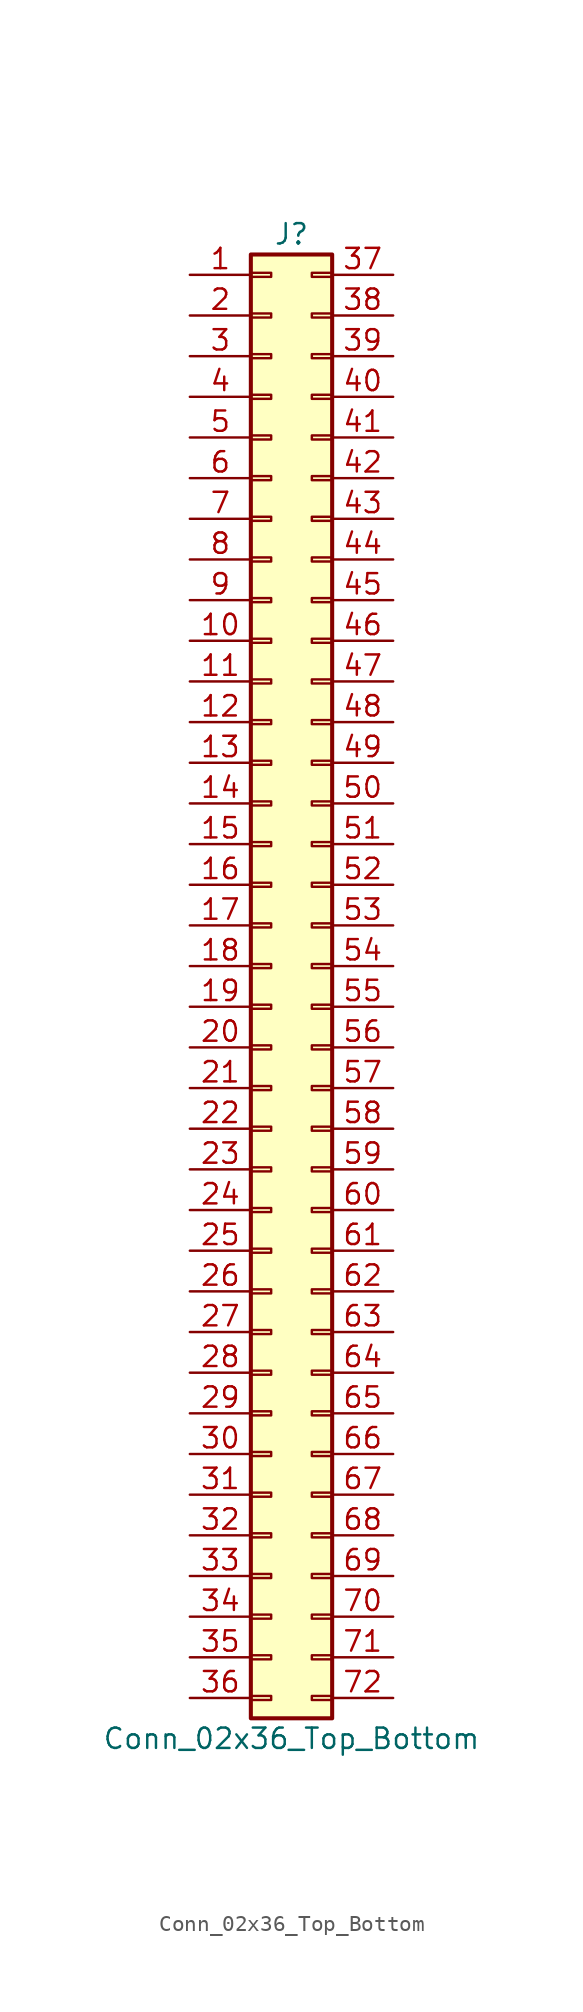
<source format=kicad_sym>
(kicad_symbol_lib
  (version 20201005)
  (generator kicad_symbol_editor)
  (symbol "Conn_02x36_Top_Bottom"
    (pin_names
      (offset 1.016) hide)
    (property "Reference" "J"
      (at 1.27 45.72 0)
      (effects (font (size 1.27 1.27))))
    (property "Value" "Conn_02x36_Top_Bottom"
      (at 1.27 -48.26 0)
      (effects (font (size 1.27 1.27))))
    (symbol "Conn_02x36_Top_Bottom_1_1"
      (rectangle (start -1.27 -45.593) (end 0 -45.847) (stroke (width 0.152)) (fill (type none)))
      (rectangle (start -1.27 -43.053) (end 0 -43.307) (stroke (width 0.152)) (fill (type none)))
      (rectangle (start -1.27 -40.513) (end 0 -40.767) (stroke (width 0.152)) (fill (type none)))
      (rectangle (start -1.27 -37.973) (end 0 -38.227) (stroke (width 0.152)) (fill (type none)))
      (rectangle (start -1.27 -35.433) (end 0 -35.687) (stroke (width 0.152)) (fill (type none)))
      (rectangle (start -1.27 -32.893) (end 0 -33.147) (stroke (width 0.152)) (fill (type none)))
      (rectangle (start -1.27 -30.353) (end 0 -30.607) (stroke (width 0.152)) (fill (type none)))
      (rectangle (start -1.27 -27.813) (end 0 -28.067) (stroke (width 0.152)) (fill (type none)))
      (rectangle (start -1.27 -25.273) (end 0 -25.527) (stroke (width 0.152)) (fill (type none)))
      (rectangle (start -1.27 -22.733) (end 0 -22.987) (stroke (width 0.152)) (fill (type none)))
      (rectangle (start -1.27 -20.193) (end 0 -20.447) (stroke (width 0.152)) (fill (type none)))
      (rectangle (start -1.27 -17.653) (end 0 -17.907) (stroke (width 0.152)) (fill (type none)))
      (rectangle (start -1.27 -15.113) (end 0 -15.367) (stroke (width 0.152)) (fill (type none)))
      (rectangle (start -1.27 -12.573) (end 0 -12.827) (stroke (width 0.152)) (fill (type none)))
      (rectangle (start -1.27 -10.033) (end 0 -10.287) (stroke (width 0.152)) (fill (type none)))
      (rectangle (start -1.27 -7.493) (end 0 -7.747) (stroke (width 0.152)) (fill (type none)))
      (rectangle (start -1.27 -4.953) (end 0 -5.207) (stroke (width 0.152)) (fill (type none)))
      (rectangle (start -1.27 -2.413) (end 0 -2.667) (stroke (width 0.152)) (fill (type none)))
      (rectangle (start -1.27 0.127) (end 0 -0.127) (stroke (width 0.152)) (fill (type none)))
      (rectangle (start -1.27 2.667) (end 0 2.413) (stroke (width 0.152)) (fill (type none)))
      (rectangle (start -1.27 5.207) (end 0 4.953) (stroke (width 0.152)) (fill (type none)))
      (rectangle (start -1.27 7.747) (end 0 7.493) (stroke (width 0.152)) (fill (type none)))
      (rectangle (start -1.27 10.287) (end 0 10.033) (stroke (width 0.152)) (fill (type none)))
      (rectangle (start -1.27 12.827) (end 0 12.573) (stroke (width 0.152)) (fill (type none)))
      (rectangle (start -1.27 15.367) (end 0 15.113) (stroke (width 0.152)) (fill (type none)))
      (rectangle (start -1.27 17.907) (end 0 17.653) (stroke (width 0.152)) (fill (type none)))
      (rectangle (start -1.27 20.447) (end 0 20.193) (stroke (width 0.152)) (fill (type none)))
      (rectangle (start -1.27 22.987) (end 0 22.733) (stroke (width 0.152)) (fill (type none)))
      (rectangle (start -1.27 25.527) (end 0 25.273) (stroke (width 0.152)) (fill (type none)))
      (rectangle (start -1.27 28.067) (end 0 27.813) (stroke (width 0.152)) (fill (type none)))
      (rectangle (start -1.27 30.607) (end 0 30.353) (stroke (width 0.152)) (fill (type none)))
      (rectangle (start -1.27 33.147) (end 0 32.893) (stroke (width 0.152)) (fill (type none)))
      (rectangle (start -1.27 35.687) (end 0 35.433) (stroke (width 0.152)) (fill (type none)))
      (rectangle (start -1.27 38.227) (end 0 37.973) (stroke (width 0.152)) (fill (type none)))
      (rectangle (start -1.27 40.767) (end 0 40.513) (stroke (width 0.152)) (fill (type none)))
      (rectangle (start -1.27 43.307) (end 0 43.053) (stroke (width 0.152)) (fill (type none)))
      (rectangle (start -1.27 44.45) (end 3.81 -46.99) (stroke (width 0.254)) (fill (type background)))
      (rectangle (start 3.81 -45.593) (end 2.54 -45.847) (stroke (width 0.152)) (fill (type none)))
      (rectangle (start 3.81 -43.053) (end 2.54 -43.307) (stroke (width 0.152)) (fill (type none)))
      (rectangle (start 3.81 -40.513) (end 2.54 -40.767) (stroke (width 0.152)) (fill (type none)))
      (rectangle (start 3.81 -37.973) (end 2.54 -38.227) (stroke (width 0.152)) (fill (type none)))
      (rectangle (start 3.81 -35.433) (end 2.54 -35.687) (stroke (width 0.152)) (fill (type none)))
      (rectangle (start 3.81 -32.893) (end 2.54 -33.147) (stroke (width 0.152)) (fill (type none)))
      (rectangle (start 3.81 -30.353) (end 2.54 -30.607) (stroke (width 0.152)) (fill (type none)))
      (rectangle (start 3.81 -27.813) (end 2.54 -28.067) (stroke (width 0.152)) (fill (type none)))
      (rectangle (start 3.81 -25.273) (end 2.54 -25.527) (stroke (width 0.152)) (fill (type none)))
      (rectangle (start 3.81 -22.733) (end 2.54 -22.987) (stroke (width 0.152)) (fill (type none)))
      (rectangle (start 3.81 -20.193) (end 2.54 -20.447) (stroke (width 0.152)) (fill (type none)))
      (rectangle (start 3.81 -17.653) (end 2.54 -17.907) (stroke (width 0.152)) (fill (type none)))
      (rectangle (start 3.81 -15.113) (end 2.54 -15.367) (stroke (width 0.152)) (fill (type none)))
      (rectangle (start 3.81 -12.573) (end 2.54 -12.827) (stroke (width 0.152)) (fill (type none)))
      (rectangle (start 3.81 -10.033) (end 2.54 -10.287) (stroke (width 0.152)) (fill (type none)))
      (rectangle (start 3.81 -7.493) (end 2.54 -7.747) (stroke (width 0.152)) (fill (type none)))
      (rectangle (start 3.81 -4.953) (end 2.54 -5.207) (stroke (width 0.152)) (fill (type none)))
      (rectangle (start 3.81 -2.413) (end 2.54 -2.667) (stroke (width 0.152)) (fill (type none)))
      (rectangle (start 3.81 0.127) (end 2.54 -0.127) (stroke (width 0.152)) (fill (type none)))
      (rectangle (start 3.81 2.667) (end 2.54 2.413) (stroke (width 0.152)) (fill (type none)))
      (rectangle (start 3.81 5.207) (end 2.54 4.953) (stroke (width 0.152)) (fill (type none)))
      (rectangle (start 3.81 7.747) (end 2.54 7.493) (stroke (width 0.152)) (fill (type none)))
      (rectangle (start 3.81 10.287) (end 2.54 10.033) (stroke (width 0.152)) (fill (type none)))
      (rectangle (start 3.81 12.827) (end 2.54 12.573) (stroke (width 0.152)) (fill (type none)))
      (rectangle (start 3.81 15.367) (end 2.54 15.113) (stroke (width 0.152)) (fill (type none)))
      (rectangle (start 3.81 17.907) (end 2.54 17.653) (stroke (width 0.152)) (fill (type none)))
      (rectangle (start 3.81 20.447) (end 2.54 20.193) (stroke (width 0.152)) (fill (type none)))
      (rectangle (start 3.81 22.987) (end 2.54 22.733) (stroke (width 0.152)) (fill (type none)))
      (rectangle (start 3.81 25.527) (end 2.54 25.273) (stroke (width 0.152)) (fill (type none)))
      (rectangle (start 3.81 28.067) (end 2.54 27.813) (stroke (width 0.152)) (fill (type none)))
      (rectangle (start 3.81 30.607) (end 2.54 30.353) (stroke (width 0.152)) (fill (type none)))
      (rectangle (start 3.81 33.147) (end 2.54 32.893) (stroke (width 0.152)) (fill (type none)))
      (rectangle (start 3.81 35.687) (end 2.54 35.433) (stroke (width 0.152)) (fill (type none)))
      (rectangle (start 3.81 38.227) (end 2.54 37.973) (stroke (width 0.152)) (fill (type none)))
      (rectangle (start 3.81 40.767) (end 2.54 40.513) (stroke (width 0.152)) (fill (type none)))
      (rectangle (start 3.81 43.307) (end 2.54 43.053) (stroke (width 0.152)) (fill (type none)))
      (pin passive line (at -5.08 43.18 0) (length 3.81) (name "Pin_1" (effects (font (size 1.27 1.27)))) (number "1" (effects (font (size 1.27 1.27)))))
      (pin passive line (at -5.08 20.32 0) (length 3.81) (name "Pin_10" (effects (font (size 1.27 1.27)))) (number "10" (effects (font (size 1.27 1.27)))))
      (pin passive line (at -5.08 17.78 0) (length 3.81) (name "Pin_11" (effects (font (size 1.27 1.27)))) (number "11" (effects (font (size 1.27 1.27)))))
      (pin passive line (at -5.08 15.24 0) (length 3.81) (name "Pin_12" (effects (font (size 1.27 1.27)))) (number "12" (effects (font (size 1.27 1.27)))))
      (pin passive line (at -5.08 12.7 0) (length 3.81) (name "Pin_13" (effects (font (size 1.27 1.27)))) (number "13" (effects (font (size 1.27 1.27)))))
      (pin passive line (at -5.08 10.16 0) (length 3.81) (name "Pin_14" (effects (font (size 1.27 1.27)))) (number "14" (effects (font (size 1.27 1.27)))))
      (pin passive line (at -5.08 7.62 0) (length 3.81) (name "Pin_15" (effects (font (size 1.27 1.27)))) (number "15" (effects (font (size 1.27 1.27)))))
      (pin passive line (at -5.08 5.08 0) (length 3.81) (name "Pin_16" (effects (font (size 1.27 1.27)))) (number "16" (effects (font (size 1.27 1.27)))))
      (pin passive line (at -5.08 2.54 0) (length 3.81) (name "Pin_17" (effects (font (size 1.27 1.27)))) (number "17" (effects (font (size 1.27 1.27)))))
      (pin passive line (at -5.08 0 0) (length 3.81) (name "Pin_18" (effects (font (size 1.27 1.27)))) (number "18" (effects (font (size 1.27 1.27)))))
      (pin passive line (at -5.08 -2.54 0) (length 3.81) (name "Pin_19" (effects (font (size 1.27 1.27)))) (number "19" (effects (font (size 1.27 1.27)))))
      (pin passive line (at -5.08 40.64 0) (length 3.81) (name "Pin_2" (effects (font (size 1.27 1.27)))) (number "2" (effects (font (size 1.27 1.27)))))
      (pin passive line (at -5.08 -5.08 0) (length 3.81) (name "Pin_20" (effects (font (size 1.27 1.27)))) (number "20" (effects (font (size 1.27 1.27)))))
      (pin passive line (at -5.08 -7.62 0) (length 3.81) (name "Pin_21" (effects (font (size 1.27 1.27)))) (number "21" (effects (font (size 1.27 1.27)))))
      (pin passive line (at -5.08 -10.16 0) (length 3.81) (name "Pin_22" (effects (font (size 1.27 1.27)))) (number "22" (effects (font (size 1.27 1.27)))))
      (pin passive line (at -5.08 -12.7 0) (length 3.81) (name "Pin_23" (effects (font (size 1.27 1.27)))) (number "23" (effects (font (size 1.27 1.27)))))
      (pin passive line (at -5.08 -15.24 0) (length 3.81) (name "Pin_24" (effects (font (size 1.27 1.27)))) (number "24" (effects (font (size 1.27 1.27)))))
      (pin passive line (at -5.08 -17.78 0) (length 3.81) (name "Pin_25" (effects (font (size 1.27 1.27)))) (number "25" (effects (font (size 1.27 1.27)))))
      (pin passive line (at -5.08 -20.32 0) (length 3.81) (name "Pin_26" (effects (font (size 1.27 1.27)))) (number "26" (effects (font (size 1.27 1.27)))))
      (pin passive line (at -5.08 -22.86 0) (length 3.81) (name "Pin_27" (effects (font (size 1.27 1.27)))) (number "27" (effects (font (size 1.27 1.27)))))
      (pin passive line (at -5.08 -25.4 0) (length 3.81) (name "Pin_28" (effects (font (size 1.27 1.27)))) (number "28" (effects (font (size 1.27 1.27)))))
      (pin passive line (at -5.08 -27.94 0) (length 3.81) (name "Pin_29" (effects (font (size 1.27 1.27)))) (number "29" (effects (font (size 1.27 1.27)))))
      (pin passive line (at -5.08 38.1 0) (length 3.81) (name "Pin_3" (effects (font (size 1.27 1.27)))) (number "3" (effects (font (size 1.27 1.27)))))
      (pin passive line (at -5.08 -30.48 0) (length 3.81) (name "Pin_30" (effects (font (size 1.27 1.27)))) (number "30" (effects (font (size 1.27 1.27)))))
      (pin passive line (at -5.08 -33.02 0) (length 3.81) (name "Pin_31" (effects (font (size 1.27 1.27)))) (number "31" (effects (font (size 1.27 1.27)))))
      (pin passive line (at -5.08 -35.56 0) (length 3.81) (name "Pin_32" (effects (font (size 1.27 1.27)))) (number "32" (effects (font (size 1.27 1.27)))))
      (pin passive line (at -5.08 -38.1 0) (length 3.81) (name "Pin_33" (effects (font (size 1.27 1.27)))) (number "33" (effects (font (size 1.27 1.27)))))
      (pin passive line (at -5.08 -40.64 0) (length 3.81) (name "Pin_34" (effects (font (size 1.27 1.27)))) (number "34" (effects (font (size 1.27 1.27)))))
      (pin passive line (at -5.08 -43.18 0) (length 3.81) (name "Pin_35" (effects (font (size 1.27 1.27)))) (number "35" (effects (font (size 1.27 1.27)))))
      (pin passive line (at -5.08 -45.72 0) (length 3.81) (name "Pin_36" (effects (font (size 1.27 1.27)))) (number "36" (effects (font (size 1.27 1.27)))))
      (pin passive line (at 7.62 43.18 180) (length 3.81) (name "Pin_37" (effects (font (size 1.27 1.27)))) (number "37" (effects (font (size 1.27 1.27)))))
      (pin passive line (at 7.62 40.64 180) (length 3.81) (name "Pin_38" (effects (font (size 1.27 1.27)))) (number "38" (effects (font (size 1.27 1.27)))))
      (pin passive line (at 7.62 38.1 180) (length 3.81) (name "Pin_39" (effects (font (size 1.27 1.27)))) (number "39" (effects (font (size 1.27 1.27)))))
      (pin passive line (at -5.08 35.56 0) (length 3.81) (name "Pin_4" (effects (font (size 1.27 1.27)))) (number "4" (effects (font (size 1.27 1.27)))))
      (pin passive line (at 7.62 35.56 180) (length 3.81) (name "Pin_40" (effects (font (size 1.27 1.27)))) (number "40" (effects (font (size 1.27 1.27)))))
      (pin passive line (at 7.62 33.02 180) (length 3.81) (name "Pin_41" (effects (font (size 1.27 1.27)))) (number "41" (effects (font (size 1.27 1.27)))))
      (pin passive line (at 7.62 30.48 180) (length 3.81) (name "Pin_42" (effects (font (size 1.27 1.27)))) (number "42" (effects (font (size 1.27 1.27)))))
      (pin passive line (at 7.62 27.94 180) (length 3.81) (name "Pin_43" (effects (font (size 1.27 1.27)))) (number "43" (effects (font (size 1.27 1.27)))))
      (pin passive line (at 7.62 25.4 180) (length 3.81) (name "Pin_44" (effects (font (size 1.27 1.27)))) (number "44" (effects (font (size 1.27 1.27)))))
      (pin passive line (at 7.62 22.86 180) (length 3.81) (name "Pin_45" (effects (font (size 1.27 1.27)))) (number "45" (effects (font (size 1.27 1.27)))))
      (pin passive line (at 7.62 20.32 180) (length 3.81) (name "Pin_46" (effects (font (size 1.27 1.27)))) (number "46" (effects (font (size 1.27 1.27)))))
      (pin passive line (at 7.62 17.78 180) (length 3.81) (name "Pin_47" (effects (font (size 1.27 1.27)))) (number "47" (effects (font (size 1.27 1.27)))))
      (pin passive line (at 7.62 15.24 180) (length 3.81) (name "Pin_48" (effects (font (size 1.27 1.27)))) (number "48" (effects (font (size 1.27 1.27)))))
      (pin passive line (at 7.62 12.7 180) (length 3.81) (name "Pin_49" (effects (font (size 1.27 1.27)))) (number "49" (effects (font (size 1.27 1.27)))))
      (pin passive line (at -5.08 33.02 0) (length 3.81) (name "Pin_5" (effects (font (size 1.27 1.27)))) (number "5" (effects (font (size 1.27 1.27)))))
      (pin passive line (at 7.62 10.16 180) (length 3.81) (name "Pin_50" (effects (font (size 1.27 1.27)))) (number "50" (effects (font (size 1.27 1.27)))))
      (pin passive line (at 7.62 7.62 180) (length 3.81) (name "Pin_51" (effects (font (size 1.27 1.27)))) (number "51" (effects (font (size 1.27 1.27)))))
      (pin passive line (at 7.62 5.08 180) (length 3.81) (name "Pin_52" (effects (font (size 1.27 1.27)))) (number "52" (effects (font (size 1.27 1.27)))))
      (pin passive line (at 7.62 2.54 180) (length 3.81) (name "Pin_53" (effects (font (size 1.27 1.27)))) (number "53" (effects (font (size 1.27 1.27)))))
      (pin passive line (at 7.62 0 180) (length 3.81) (name "Pin_54" (effects (font (size 1.27 1.27)))) (number "54" (effects (font (size 1.27 1.27)))))
      (pin passive line (at 7.62 -2.54 180) (length 3.81) (name "Pin_55" (effects (font (size 1.27 1.27)))) (number "55" (effects (font (size 1.27 1.27)))))
      (pin passive line (at 7.62 -5.08 180) (length 3.81) (name "Pin_56" (effects (font (size 1.27 1.27)))) (number "56" (effects (font (size 1.27 1.27)))))
      (pin passive line (at 7.62 -7.62 180) (length 3.81) (name "Pin_57" (effects (font (size 1.27 1.27)))) (number "57" (effects (font (size 1.27 1.27)))))
      (pin passive line (at 7.62 -10.16 180) (length 3.81) (name "Pin_58" (effects (font (size 1.27 1.27)))) (number "58" (effects (font (size 1.27 1.27)))))
      (pin passive line (at 7.62 -12.7 180) (length 3.81) (name "Pin_59" (effects (font (size 1.27 1.27)))) (number "59" (effects (font (size 1.27 1.27)))))
      (pin passive line (at -5.08 30.48 0) (length 3.81) (name "Pin_6" (effects (font (size 1.27 1.27)))) (number "6" (effects (font (size 1.27 1.27)))))
      (pin passive line (at 7.62 -15.24 180) (length 3.81) (name "Pin_60" (effects (font (size 1.27 1.27)))) (number "60" (effects (font (size 1.27 1.27)))))
      (pin passive line (at 7.62 -17.78 180) (length 3.81) (name "Pin_61" (effects (font (size 1.27 1.27)))) (number "61" (effects (font (size 1.27 1.27)))))
      (pin passive line (at 7.62 -20.32 180) (length 3.81) (name "Pin_62" (effects (font (size 1.27 1.27)))) (number "62" (effects (font (size 1.27 1.27)))))
      (pin passive line (at 7.62 -22.86 180) (length 3.81) (name "Pin_63" (effects (font (size 1.27 1.27)))) (number "63" (effects (font (size 1.27 1.27)))))
      (pin passive line (at 7.62 -25.4 180) (length 3.81) (name "Pin_64" (effects (font (size 1.27 1.27)))) (number "64" (effects (font (size 1.27 1.27)))))
      (pin passive line (at 7.62 -27.94 180) (length 3.81) (name "Pin_65" (effects (font (size 1.27 1.27)))) (number "65" (effects (font (size 1.27 1.27)))))
      (pin passive line (at 7.62 -30.48 180) (length 3.81) (name "Pin_66" (effects (font (size 1.27 1.27)))) (number "66" (effects (font (size 1.27 1.27)))))
      (pin passive line (at 7.62 -33.02 180) (length 3.81) (name "Pin_67" (effects (font (size 1.27 1.27)))) (number "67" (effects (font (size 1.27 1.27)))))
      (pin passive line (at 7.62 -35.56 180) (length 3.81) (name "Pin_68" (effects (font (size 1.27 1.27)))) (number "68" (effects (font (size 1.27 1.27)))))
      (pin passive line (at 7.62 -38.1 180) (length 3.81) (name "Pin_69" (effects (font (size 1.27 1.27)))) (number "69" (effects (font (size 1.27 1.27)))))
      (pin passive line (at -5.08 27.94 0) (length 3.81) (name "Pin_7" (effects (font (size 1.27 1.27)))) (number "7" (effects (font (size 1.27 1.27)))))
      (pin passive line (at 7.62 -40.64 180) (length 3.81) (name "Pin_70" (effects (font (size 1.27 1.27)))) (number "70" (effects (font (size 1.27 1.27)))))
      (pin passive line (at 7.62 -43.18 180) (length 3.81) (name "Pin_71" (effects (font (size 1.27 1.27)))) (number "71" (effects (font (size 1.27 1.27)))))
      (pin passive line (at 7.62 -45.72 180) (length 3.81) (name "Pin_72" (effects (font (size 1.27 1.27)))) (number "72" (effects (font (size 1.27 1.27)))))
      (pin passive line (at -5.08 25.4 0) (length 3.81) (name "Pin_8" (effects (font (size 1.27 1.27)))) (number "8" (effects (font (size 1.27 1.27)))))
      (pin passive line (at -5.08 22.86 0) (length 3.81) (name "Pin_9" (effects (font (size 1.27 1.27)))) (number "9" (effects (font (size 1.27 1.27))))))))
</source>
